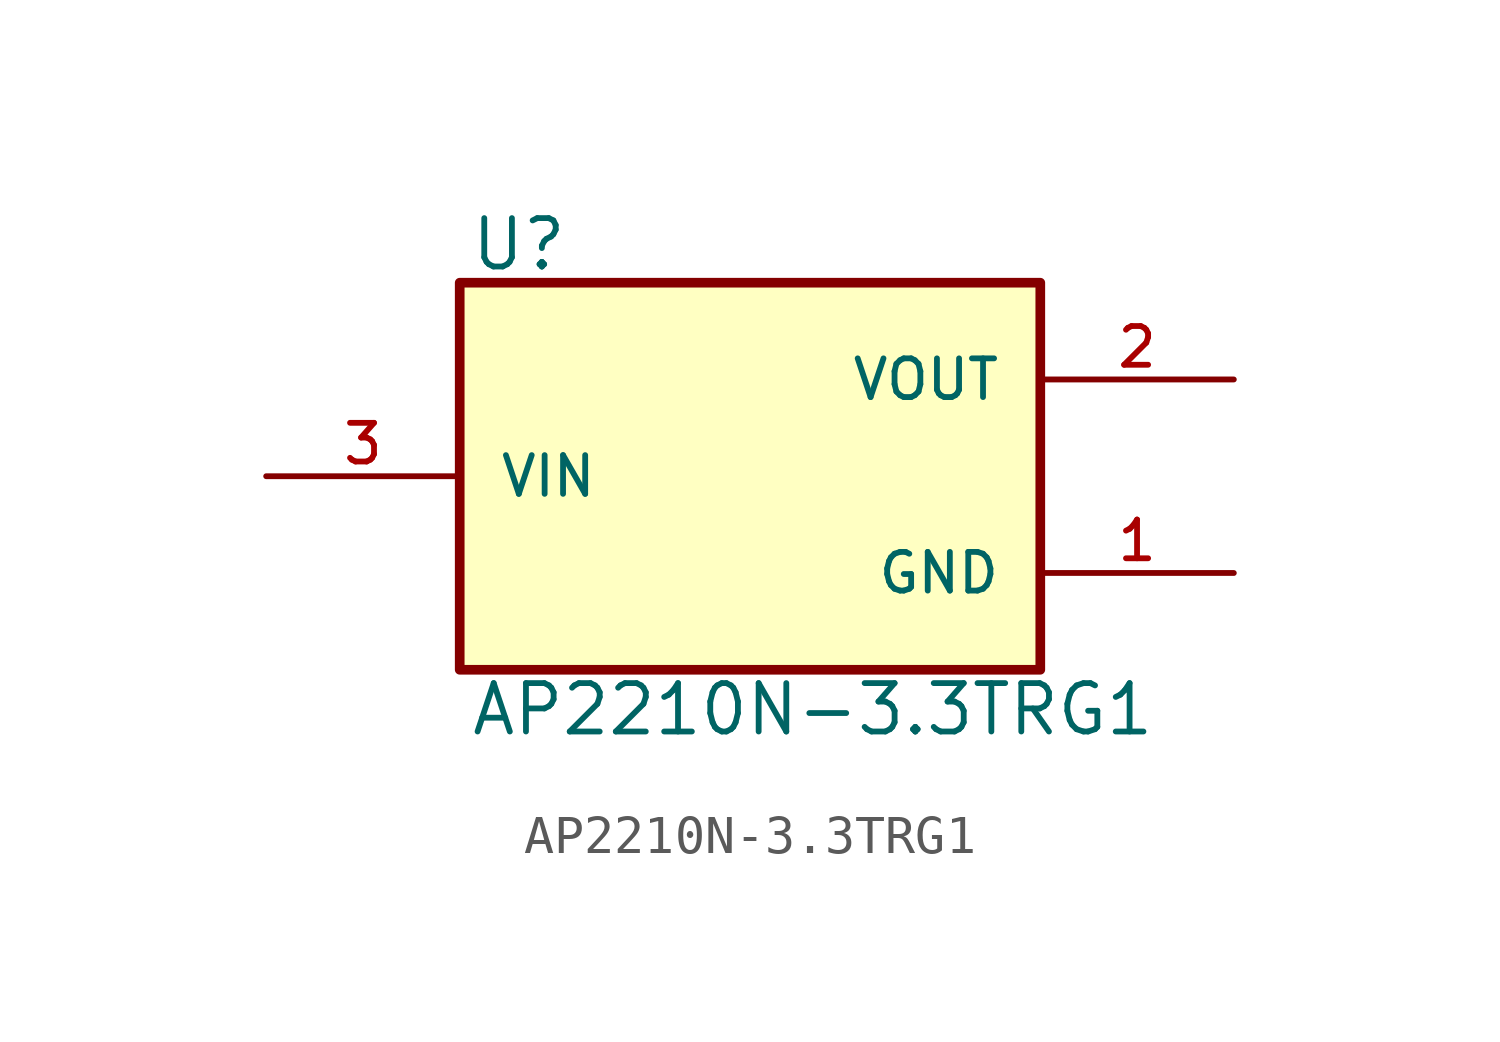
<source format=kicad_sym>
(kicad_symbol_lib
  (version 20211014)
  (generator kicad_symbol_editor)
  (symbol "AP2210N-3.3TRG1"
    (pin_names
      (offset 1.016))
    (property "Reference" "U"
      (at -7.378 5.342 0)
      (effects (font (size 1.27 1.27)) (justify bottom left)))
    (property "Value" "AP2210N-3.3TRG1"
      (at -7.372 -6.864 0)
      (effects (font (size 1.27 1.27)) (justify bottom left)))
    (symbol "AP2210N-3.3TRG1_0_0"
      (rectangle (start -7.62 -5.08) (end 7.62 5.08) (stroke (width 0.254)) (fill (type background)))
      (pin input line (at -12.7 0.0 0) (length 5.08) (name "VIN" (effects (font (size 1.016 1.016)))) (number "3" (effects (font (size 1.016 1.016)))))
      (pin power_in line (at 12.7 -2.54 180.0) (length 5.08) (name "GND" (effects (font (size 1.016 1.016)))) (number "1" (effects (font (size 1.016 1.016)))))
      (pin output line (at 12.7 2.54 180.0) (length 5.08) (name "VOUT" (effects (font (size 1.016 1.016)))) (number "2" (effects (font (size 1.016 1.016))))))))
</source>
